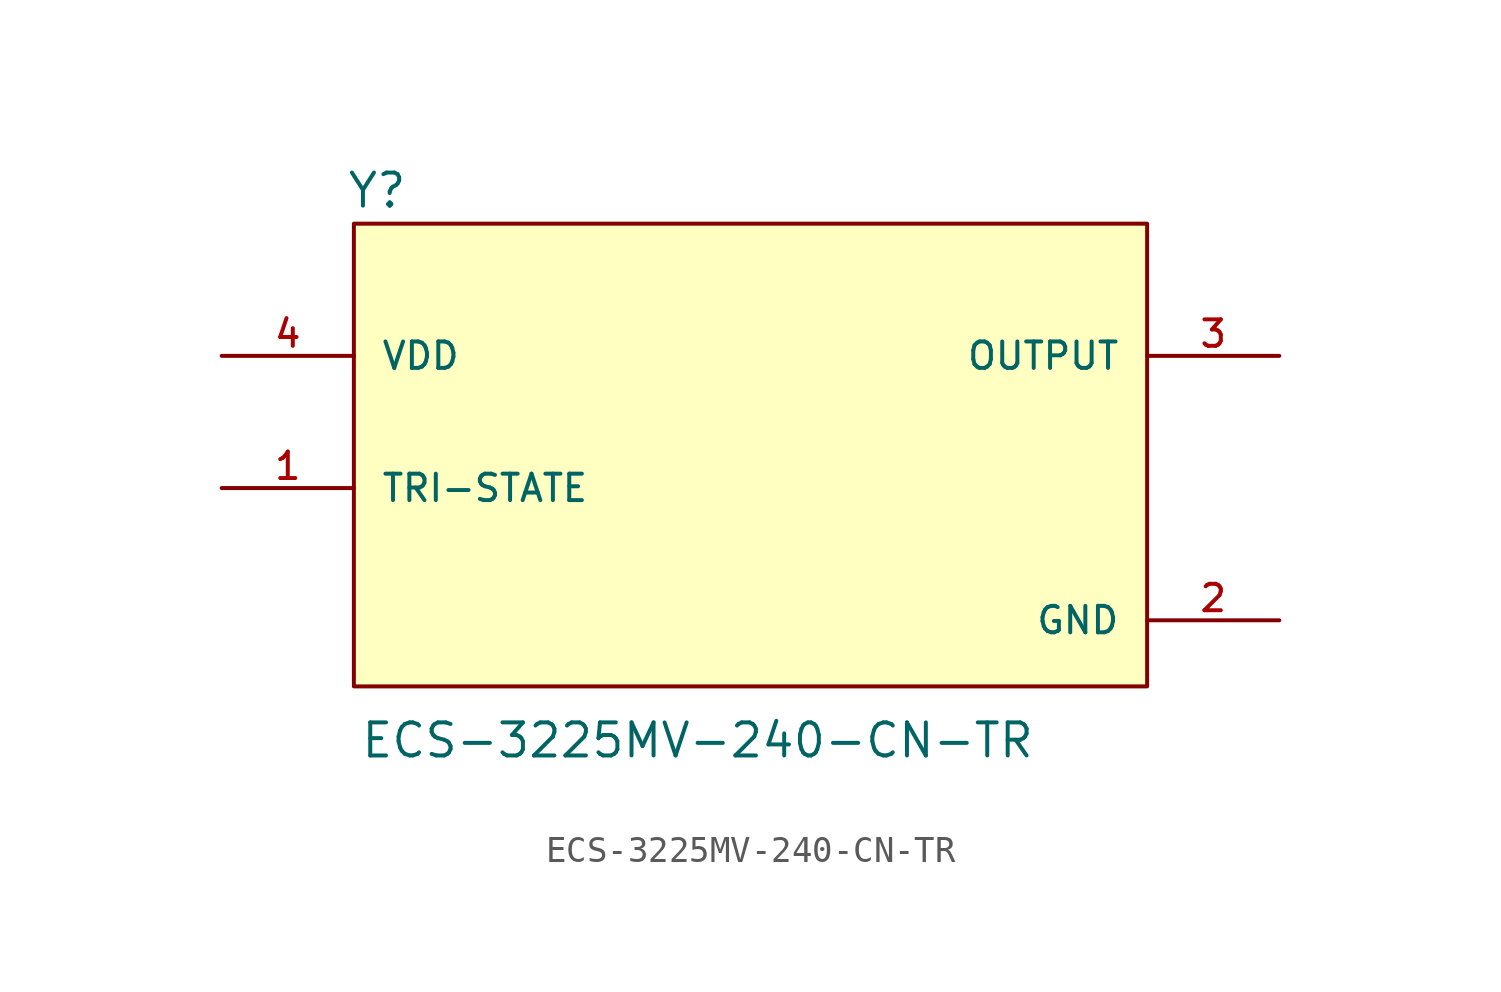
<source format=kicad_sym>
(kicad_symbol_lib
  (version 20211014)
  (generator kicad_symbol_editor)
  (symbol "ECS-3225MV-240-CN-TR"
    (pin_names
      (offset 1.016))
    (property "Reference" "Y"
      (at -15.536 8.15 0)
      (effects (font (size 1.27 1.27)) (justify bottom left)))
    (property "Value" "ECS-3225MV-240-CN-TR"
      (at -15.013 -12.977 0)
      (effects (font (size 1.27 1.27)) (justify bottom left)))
    (symbol "ECS-3225MV-240-CN-TR_0_0"
      (rectangle (start -15.24 -10.16) (end 15.24 7.62) (stroke (width 0.152)) (fill (type background)))
      (pin input line (at -20.32 -2.54 0) (length 5.08) (name "TRI-STATE" (effects (font (size 1.016 1.016)))) (number "1" (effects (font (size 1.016 1.016)))))
      (pin input line (at -20.32 2.54 0) (length 5.08) (name "VDD" (effects (font (size 1.016 1.016)))) (number "4" (effects (font (size 1.016 1.016)))))
      (pin output line (at 20.32 2.54 180.0) (length 5.08) (name "OUTPUT" (effects (font (size 1.016 1.016)))) (number "3" (effects (font (size 1.016 1.016)))))
      (pin power_in line (at 20.32 -7.62 180.0) (length 5.08) (name "GND" (effects (font (size 1.016 1.016)))) (number "2" (effects (font (size 1.016 1.016))))))))
</source>
